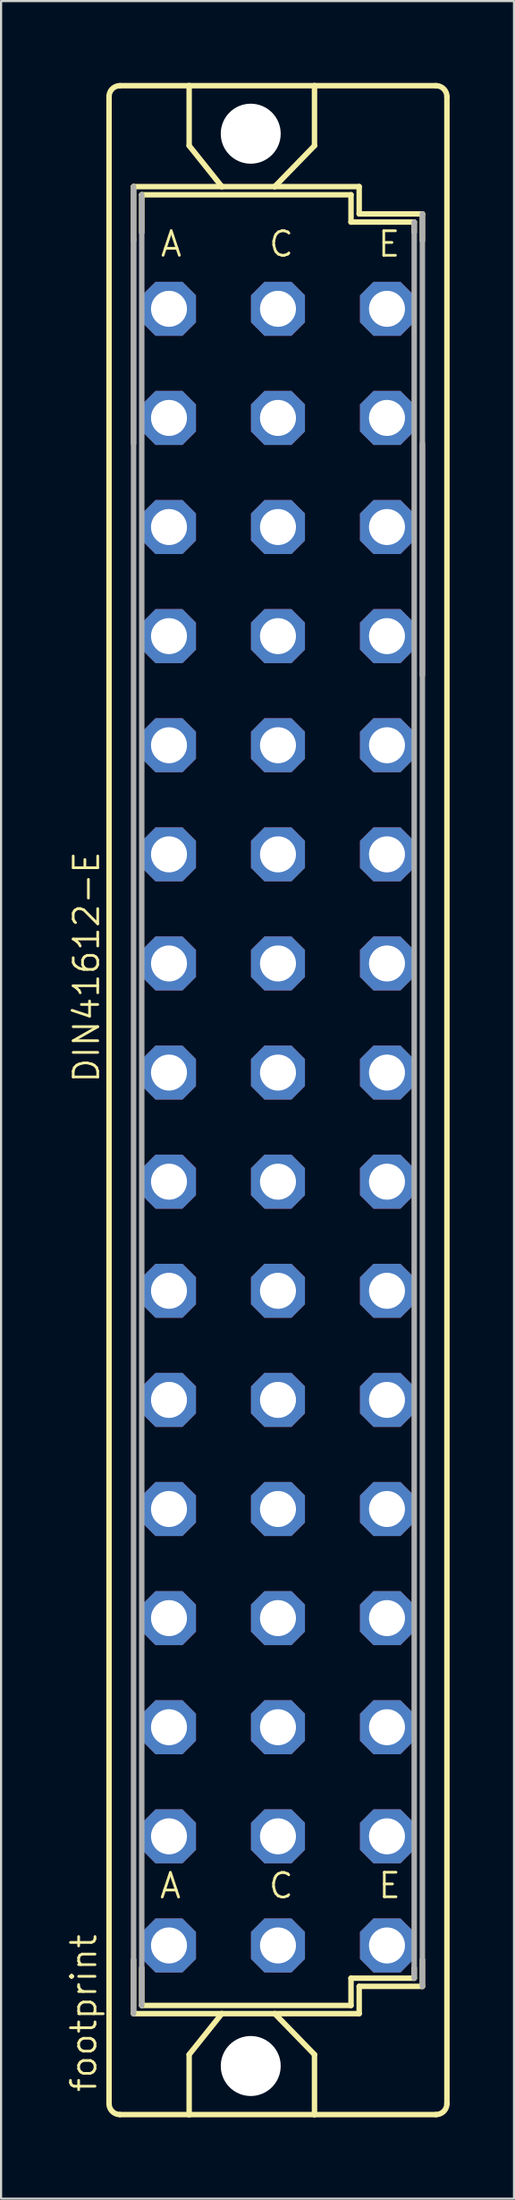
<source format=kicad_pcb>
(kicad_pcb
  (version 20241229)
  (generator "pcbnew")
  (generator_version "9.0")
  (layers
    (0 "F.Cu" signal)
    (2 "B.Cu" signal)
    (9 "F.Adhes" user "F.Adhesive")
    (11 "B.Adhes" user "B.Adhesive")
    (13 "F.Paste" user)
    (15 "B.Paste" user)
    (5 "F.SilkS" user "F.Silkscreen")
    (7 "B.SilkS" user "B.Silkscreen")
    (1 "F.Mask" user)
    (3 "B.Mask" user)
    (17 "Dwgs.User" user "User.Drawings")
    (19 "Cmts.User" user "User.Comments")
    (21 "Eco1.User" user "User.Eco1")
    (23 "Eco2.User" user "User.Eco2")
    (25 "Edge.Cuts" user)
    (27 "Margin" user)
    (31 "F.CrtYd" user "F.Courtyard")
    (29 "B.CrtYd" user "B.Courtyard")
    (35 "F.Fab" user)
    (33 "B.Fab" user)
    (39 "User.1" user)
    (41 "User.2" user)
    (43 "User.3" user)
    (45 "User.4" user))
  (footprint "footprint"
    (layer "F.Cu")
    (at 9.906 48.158)
    (property "Reference" "footprint" (at -8.382 46.279 90) (layer "F.SilkS") (effects (font (size 1.143 1.143) (thickness 0.127)) (justify left bottom)))
    (fp_line (start -7.874 46.736) (end -7.874 -46.711) (stroke (width 0.254) (type solid)) (layer "F.SilkS"))
    (fp_line (start -7.366 -47.219) (end -4.14 -47.219) (stroke (width 0.254) (type solid)) (layer "F.SilkS"))
    (fp_line (start -7.366 47.244) (end -4.14 47.244) (stroke (width 0.254) (type solid)) (layer "F.SilkS"))
    (fp_line (start -6.731 -42.52) (end -6.731 -40.005) (stroke (width 0.254) (type solid)) (layer "F.SilkS"))
    (fp_line (start -6.731 40.03) (end -6.731 42.545) (stroke (width 0.254) (type solid)) (layer "F.SilkS"))
    (fp_line (start -6.731 42.545) (end -2.616 42.545) (stroke (width 0.254) (type solid)) (layer "F.SilkS"))
    (fp_line (start -6.35 -42.139) (end -6.35 -40.386) (stroke (width 0.254) (type solid)) (layer "F.SilkS"))
    (fp_line (start -6.35 -42.139) (end 3.404 -42.139) (stroke (width 0.254) (type solid)) (layer "F.SilkS"))
    (fp_line (start -6.35 40.411) (end -6.35 42.164) (stroke (width 0.254) (type solid)) (layer "F.SilkS"))
    (fp_line (start -6.35 42.164) (end 3.404 42.164) (stroke (width 0.254) (type solid)) (layer "F.SilkS"))
    (fp_line (start -4.14 -47.219) (end -4.14 -44.425) (stroke (width 0.254) (type solid)) (layer "F.SilkS"))
    (fp_line (start -4.14 47.244) (end -4.14 44.45) (stroke (width 0.254) (type solid)) (layer "F.SilkS"))
    (fp_line (start -4.14 47.244) (end 1.702 47.244) (stroke (width 0.254) (type solid)) (layer "F.SilkS"))
    (fp_line (start -2.616 -42.52) (end -6.731 -42.52) (stroke (width 0.254) (type solid)) (layer "F.SilkS"))
    (fp_line (start -2.616 -42.52) (end -4.14 -44.425) (stroke (width 0.254) (type solid)) (layer "F.SilkS"))
    (fp_line (start -2.616 42.545) (end -4.14 44.45) (stroke (width 0.254) (type solid)) (layer "F.SilkS"))
    (fp_line (start -2.616 42.545) (end -0.152 42.545) (stroke (width 0.254) (type solid)) (layer "F.SilkS"))
    (fp_line (start -0.152 -42.52) (end -2.616 -42.52) (stroke (width 0.254) (type solid)) (layer "F.SilkS"))
    (fp_line (start -0.152 -42.52) (end 1.702 -44.425) (stroke (width 0.254) (type solid)) (layer "F.SilkS"))
    (fp_line (start -0.152 42.545) (end 1.702 44.45) (stroke (width 0.254) (type solid)) (layer "F.SilkS"))
    (fp_line (start -0.152 42.545) (end 3.785 42.545) (stroke (width 0.254) (type solid)) (layer "F.SilkS"))
    (fp_line (start 1.702 -47.219) (end -4.14 -47.219) (stroke (width 0.254) (type solid)) (layer "F.SilkS"))
    (fp_line (start 1.702 -47.219) (end 1.702 -44.425) (stroke (width 0.254) (type solid)) (layer "F.SilkS"))
    (fp_line (start 1.702 47.244) (end 1.702 44.45) (stroke (width 0.254) (type solid)) (layer "F.SilkS"))
    (fp_line (start 1.702 47.244) (end 7.366 47.244) (stroke (width 0.254) (type solid)) (layer "F.SilkS"))
    (fp_line (start 3.404 -42.139) (end 3.404 -40.869) (stroke (width 0.254) (type solid)) (layer "F.SilkS"))
    (fp_line (start 3.404 -40.869) (end 6.35 -40.869) (stroke (width 0.254) (type solid)) (layer "F.SilkS"))
    (fp_line (start 3.404 40.894) (end 6.35 40.894) (stroke (width 0.254) (type solid)) (layer "F.SilkS"))
    (fp_line (start 3.404 42.164) (end 3.404 40.894) (stroke (width 0.254) (type solid)) (layer "F.SilkS"))
    (fp_line (start 3.785 -42.52) (end -0.152 -42.52) (stroke (width 0.254) (type solid)) (layer "F.SilkS"))
    (fp_line (start 3.785 -41.25) (end 3.785 -42.52) (stroke (width 0.254) (type solid)) (layer "F.SilkS"))
    (fp_line (start 3.785 41.275) (end 6.731 41.275) (stroke (width 0.254) (type solid)) (layer "F.SilkS"))
    (fp_line (start 3.785 42.545) (end 3.785 41.275) (stroke (width 0.254) (type solid)) (layer "F.SilkS"))
    (fp_line (start 6.35 -40.869) (end 6.35 -40.386) (stroke (width 0.254) (type solid)) (layer "F.SilkS"))
    (fp_line (start 6.35 40.411) (end 6.35 40.894) (stroke (width 0.254) (type solid)) (layer "F.SilkS"))
    (fp_line (start 6.731 -41.25) (end 3.785 -41.25) (stroke (width 0.254) (type solid)) (layer "F.SilkS"))
    (fp_line (start 6.731 -40.005) (end 6.731 -41.25) (stroke (width 0.254) (type solid)) (layer "F.SilkS"))
    (fp_line (start 6.731 41.275) (end 6.731 40.03) (stroke (width 0.254) (type solid)) (layer "F.SilkS"))
    (fp_line (start 7.366 -47.219) (end 1.702 -47.219) (stroke (width 0.254) (type solid)) (layer "F.SilkS"))
    (fp_line (start 7.874 46.736) (end 7.874 -46.711) (stroke (width 0.254) (type solid)) (layer "F.SilkS"))
    (fp_arc (start -7.874 -46.7106) (mid -7.72521 -47.06981) (end -7.366 -47.2186) (stroke (width 0.254) (type solid)) (layer "F.SilkS"))
    (fp_arc (start -7.366 47.244) (mid -7.72521 47.09521) (end -7.874 46.736) (stroke (width 0.254) (type solid)) (layer "F.SilkS"))
    (fp_arc (start 7.366 -47.2186) (mid 7.72521 -47.06981) (end 7.874 -46.7106) (stroke (width 0.254) (type solid)) (layer "F.SilkS"))
    (fp_arc (start 7.874 46.736) (mid 7.72521 47.09521) (end 7.366 47.244) (stroke (width 0.254) (type solid)) (layer "F.SilkS"))
    (fp_line (start -6.731 -42.52) (end -6.731 42.545) (stroke (width 0.254) (type solid)) (layer "F.Fab"))
    (fp_line (start -6.731 -40.081) (end -6.731 -30.556) (stroke (width 0.254) (type solid)) (layer "F.Fab"))
    (fp_line (start -6.35 -42.139) (end -6.35 42.164) (stroke (width 0.254) (type solid)) (layer "F.Fab"))
    (fp_line (start 6.35 -40.869) (end 6.35 40.894) (stroke (width 0.254) (type solid)) (layer "F.Fab"))
    (fp_line (start 6.731 -19.761) (end 6.731 -30.556) (stroke (width 0.254) (type solid)) (layer "F.Fab"))
    (fp_line (start 6.731 41.275) (end 6.731 -41.25) (stroke (width 0.254) (type solid)) (layer "F.Fab"))
    (fp_poly (pts (xy -5.461 -36.195) (xy -4.699 -36.195) (xy -4.699 -37.465) (xy -5.461 -37.465)) (stroke (width 0.1) (type solid)) (fill no) (layer "F.Fab"))
    (fp_poly (pts (xy -5.461 -31.115) (xy -4.699 -31.115) (xy -4.699 -32.385) (xy -5.461 -32.385)) (stroke (width 0.1) (type solid)) (fill no) (layer "F.Fab"))
    (fp_poly (pts (xy -5.461 -26.035) (xy -4.699 -26.035) (xy -4.699 -27.305) (xy -5.461 -27.305)) (stroke (width 0.1) (type solid)) (fill no) (layer "F.Fab"))
    (fp_poly (pts (xy -5.461 -20.955) (xy -4.699 -20.955) (xy -4.699 -22.225) (xy -5.461 -22.225)) (stroke (width 0.1) (type solid)) (fill no) (layer "F.Fab"))
    (fp_poly (pts (xy -5.461 -15.875) (xy -4.699 -15.875) (xy -4.699 -17.145) (xy -5.461 -17.145)) (stroke (width 0.1) (type solid)) (fill no) (layer "F.Fab"))
    (fp_poly (pts (xy -5.461 -10.795) (xy -4.699 -10.795) (xy -4.699 -12.065) (xy -5.461 -12.065)) (stroke (width 0.1) (type solid)) (fill no) (layer "F.Fab"))
    (fp_poly (pts (xy -5.461 -5.715) (xy -4.699 -5.715) (xy -4.699 -6.985) (xy -5.461 -6.985)) (stroke (width 0.1) (type solid)) (fill no) (layer "F.Fab"))
    (fp_poly (pts (xy -5.461 -0.635) (xy -4.699 -0.635) (xy -4.699 -1.905) (xy -5.461 -1.905)) (stroke (width 0.1) (type solid)) (fill no) (layer "F.Fab"))
    (fp_poly (pts (xy -5.461 4.445) (xy -4.699 4.445) (xy -4.699 3.175) (xy -5.461 3.175)) (stroke (width 0.1) (type solid)) (fill no) (layer "F.Fab"))
    (fp_poly (pts (xy -5.461 9.525) (xy -4.699 9.525) (xy -4.699 8.255) (xy -5.461 8.255)) (stroke (width 0.1) (type solid)) (fill no) (layer "F.Fab"))
    (fp_poly (pts (xy -5.461 14.605) (xy -4.699 14.605) (xy -4.699 13.335) (xy -5.461 13.335)) (stroke (width 0.1) (type solid)) (fill no) (layer "F.Fab"))
    (fp_poly (pts (xy -5.461 19.685) (xy -4.699 19.685) (xy -4.699 18.415) (xy -5.461 18.415)) (stroke (width 0.1) (type solid)) (fill no) (layer "F.Fab"))
    (fp_poly (pts (xy -5.461 24.765) (xy -4.699 24.765) (xy -4.699 23.495) (xy -5.461 23.495)) (stroke (width 0.1) (type solid)) (fill no) (layer "F.Fab"))
    (fp_poly (pts (xy -5.461 29.845) (xy -4.699 29.845) (xy -4.699 28.575) (xy -5.461 28.575)) (stroke (width 0.1) (type solid)) (fill no) (layer "F.Fab"))
    (fp_poly (pts (xy -5.461 34.925) (xy -4.699 34.925) (xy -4.699 33.655) (xy -5.461 33.655)) (stroke (width 0.1) (type solid)) (fill no) (layer "F.Fab"))
    (fp_poly (pts (xy -5.461 40.005) (xy -4.699 40.005) (xy -4.699 38.735) (xy -5.461 38.735)) (stroke (width 0.1) (type solid)) (fill no) (layer "F.Fab"))
    (fp_poly (pts (xy -0.381 -36.195) (xy 0.381 -36.195) (xy 0.381 -37.465) (xy -0.381 -37.465)) (stroke (width 0.1) (type solid)) (fill no) (layer "F.Fab"))
    (fp_poly (pts (xy -0.381 -31.115) (xy 0.381 -31.115) (xy 0.381 -32.385) (xy -0.381 -32.385)) (stroke (width 0.1) (type solid)) (fill no) (layer "F.Fab"))
    (fp_poly (pts (xy -0.381 -26.035) (xy 0.381 -26.035) (xy 0.381 -27.305) (xy -0.381 -27.305)) (stroke (width 0.1) (type solid)) (fill no) (layer "F.Fab"))
    (fp_poly (pts (xy -0.381 -20.955) (xy 0.381 -20.955) (xy 0.381 -22.225) (xy -0.381 -22.225)) (stroke (width 0.1) (type solid)) (fill no) (layer "F.Fab"))
    (fp_poly (pts (xy -0.381 -15.875) (xy 0.381 -15.875) (xy 0.381 -17.145) (xy -0.381 -17.145)) (stroke (width 0.1) (type solid)) (fill no) (layer "F.Fab"))
    (fp_poly (pts (xy -0.381 -10.795) (xy 0.381 -10.795) (xy 0.381 -12.065) (xy -0.381 -12.065)) (stroke (width 0.1) (type solid)) (fill no) (layer "F.Fab"))
    (fp_poly (pts (xy -0.381 -5.715) (xy 0.381 -5.715) (xy 0.381 -6.985) (xy -0.381 -6.985)) (stroke (width 0.1) (type solid)) (fill no) (layer "F.Fab"))
    (fp_poly (pts (xy -0.381 -0.635) (xy 0.381 -0.635) (xy 0.381 -1.905) (xy -0.381 -1.905)) (stroke (width 0.1) (type solid)) (fill no) (layer "F.Fab"))
    (fp_poly (pts (xy -0.381 4.445) (xy 0.381 4.445) (xy 0.381 3.175) (xy -0.381 3.175)) (stroke (width 0.1) (type solid)) (fill no) (layer "F.Fab"))
    (fp_poly (pts (xy -0.381 9.525) (xy 0.381 9.525) (xy 0.381 8.255) (xy -0.381 8.255)) (stroke (width 0.1) (type solid)) (fill no) (layer "F.Fab"))
    (fp_poly (pts (xy -0.381 14.605) (xy 0.381 14.605) (xy 0.381 13.335) (xy -0.381 13.335)) (stroke (width 0.1) (type solid)) (fill no) (layer "F.Fab"))
    (fp_poly (pts (xy -0.381 19.685) (xy 0.381 19.685) (xy 0.381 18.415) (xy -0.381 18.415)) (stroke (width 0.1) (type solid)) (fill no) (layer "F.Fab"))
    (fp_poly (pts (xy -0.381 24.765) (xy 0.381 24.765) (xy 0.381 23.495) (xy -0.381 23.495)) (stroke (width 0.1) (type solid)) (fill no) (layer "F.Fab"))
    (fp_poly (pts (xy -0.381 29.845) (xy 0.381 29.845) (xy 0.381 28.575) (xy -0.381 28.575)) (stroke (width 0.1) (type solid)) (fill no) (layer "F.Fab"))
    (fp_poly (pts (xy -0.381 34.925) (xy 0.381 34.925) (xy 0.381 33.655) (xy -0.381 33.655)) (stroke (width 0.1) (type solid)) (fill no) (layer "F.Fab"))
    (fp_poly (pts (xy -0.381 40.005) (xy 0.381 40.005) (xy 0.381 38.735) (xy -0.381 38.735)) (stroke (width 0.1) (type solid)) (fill no) (layer "F.Fab"))
    (fp_poly (pts (xy 4.699 -36.195) (xy 5.461 -36.195) (xy 5.461 -37.465) (xy 4.699 -37.465)) (stroke (width 0.1) (type solid)) (fill no) (layer "F.Fab"))
    (fp_poly (pts (xy 4.699 -31.115) (xy 5.461 -31.115) (xy 5.461 -32.385) (xy 4.699 -32.385)) (stroke (width 0.1) (type solid)) (fill no) (layer "F.Fab"))
    (fp_poly (pts (xy 4.699 -26.035) (xy 5.461 -26.035) (xy 5.461 -27.305) (xy 4.699 -27.305)) (stroke (width 0.1) (type solid)) (fill no) (layer "F.Fab"))
    (fp_poly (pts (xy 4.699 -20.955) (xy 5.461 -20.955) (xy 5.461 -22.225) (xy 4.699 -22.225)) (stroke (width 0.1) (type solid)) (fill no) (layer "F.Fab"))
    (fp_poly (pts (xy 4.699 -15.875) (xy 5.461 -15.875) (xy 5.461 -17.145) (xy 4.699 -17.145)) (stroke (width 0.1) (type solid)) (fill no) (layer "F.Fab"))
    (fp_poly (pts (xy 4.699 -10.795) (xy 5.461 -10.795) (xy 5.461 -12.065) (xy 4.699 -12.065)) (stroke (width 0.1) (type solid)) (fill no) (layer "F.Fab"))
    (fp_poly (pts (xy 4.699 -5.715) (xy 5.461 -5.715) (xy 5.461 -6.985) (xy 4.699 -6.985)) (stroke (width 0.1) (type solid)) (fill no) (layer "F.Fab"))
    (fp_poly (pts (xy 4.699 -0.635) (xy 5.461 -0.635) (xy 5.461 -1.905) (xy 4.699 -1.905)) (stroke (width 0.1) (type solid)) (fill no) (layer "F.Fab"))
    (fp_poly (pts (xy 4.699 4.445) (xy 5.461 4.445) (xy 5.461 3.175) (xy 4.699 3.175)) (stroke (width 0.1) (type solid)) (fill no) (layer "F.Fab"))
    (fp_poly (pts (xy 4.699 9.525) (xy 5.461 9.525) (xy 5.461 8.255) (xy 4.699 8.255)) (stroke (width 0.1) (type solid)) (fill no) (layer "F.Fab"))
    (fp_poly (pts (xy 4.699 14.605) (xy 5.461 14.605) (xy 5.461 13.335) (xy 4.699 13.335)) (stroke (width 0.1) (type solid)) (fill no) (layer "F.Fab"))
    (fp_poly (pts (xy 4.699 19.685) (xy 5.461 19.685) (xy 5.461 18.415) (xy 4.699 18.415)) (stroke (width 0.1) (type solid)) (fill no) (layer "F.Fab"))
    (fp_poly (pts (xy 4.699 24.765) (xy 5.461 24.765) (xy 5.461 23.495) (xy 4.699 23.495)) (stroke (width 0.1) (type solid)) (fill no) (layer "F.Fab"))
    (fp_poly (pts (xy 4.699 29.845) (xy 5.461 29.845) (xy 5.461 28.575) (xy 4.699 28.575)) (stroke (width 0.1) (type solid)) (fill no) (layer "F.Fab"))
    (fp_poly (pts (xy 4.699 34.925) (xy 5.461 34.925) (xy 5.461 33.655) (xy 4.699 33.655)) (stroke (width 0.1) (type solid)) (fill no) (layer "F.Fab"))
    (fp_poly (pts (xy 4.699 40.005) (xy 5.461 40.005) (xy 5.461 38.735) (xy 4.699 38.735)) (stroke (width 0.1) (type solid)) (fill no) (layer "F.Fab"))
    (fp_text user "C" (at -0.508 37.262 0) (layer "F.SilkS") (effects (font (size 1.143 1.143) (thickness 0.127)) (justify left bottom)))
    (fp_text user "C" (at -0.5 -39.175 0) (layer "F.SilkS") (effects (font (size 1.143 1.143) (thickness 0.127)) (justify left bottom)))
    (fp_text user "A" (at -5.55 -39.175 0) (layer "F.SilkS") (effects (font (size 1.143 1.143) (thickness 0.127)) (justify left bottom)))
    (fp_text user "E" (at 4.575 -39.175 0) (layer "F.SilkS") (effects (font (size 1.143 1.143) (thickness 0.127)) (justify left bottom)))
    (fp_text user "DIN41612-E" (at -8.255 -0.711 90) (layer "F.SilkS") (effects (font (size 1.143 1.143) (thickness 0.127)) (justify left bottom)))
    (fp_text user "E" (at 4.6 37.25 0) (layer "F.SilkS") (effects (font (size 1.143 1.143) (thickness 0.127)) (justify left bottom)))
    (fp_text user "A" (at -5.588 37.262 0) (layer "F.SilkS") (effects (font (size 1.143 1.143) (thickness 0.127)) (justify left bottom)))
    (pad "" np_thru_hole circle (at -1.27 -44.983) (size 2.794 2.794) (drill 2.794) (layers "*.Cu" "*.Mask"))
    (pad "" np_thru_hole circle (at -1.27 44.983) (size 2.794 2.794) (drill 2.794) (layers "*.Cu" "*.Mask"))
    (pad "A2" thru_hole roundrect (at -5.08 -36.83) (size 2.515 2.515) (drill 1.676) (layers "*.Cu" "*.Mask") (roundrect_rratio 0.25) (chamfer_ratio 0.25) (chamfer top_left top_right bottom_left bottom_right))
    (pad "A4" thru_hole roundrect (at -5.08 -31.75) (size 2.515 2.515) (drill 1.676) (layers "*.Cu" "*.Mask") (roundrect_rratio 0.25) (chamfer_ratio 0.25) (chamfer top_left top_right bottom_left bottom_right))
    (pad "A6" thru_hole roundrect (at -5.08 -26.67) (size 2.515 2.515) (drill 1.676) (layers "*.Cu" "*.Mask") (roundrect_rratio 0.25) (chamfer_ratio 0.25) (chamfer top_left top_right bottom_left bottom_right))
    (pad "A8" thru_hole roundrect (at -5.08 -21.59) (size 2.515 2.515) (drill 1.676) (layers "*.Cu" "*.Mask") (roundrect_rratio 0.25) (chamfer_ratio 0.25) (chamfer top_left top_right bottom_left bottom_right))
    (pad "A10" thru_hole roundrect (at -5.08 -16.51) (size 2.515 2.515) (drill 1.676) (layers "*.Cu" "*.Mask") (roundrect_rratio 0.25) (chamfer_ratio 0.25) (chamfer top_left top_right bottom_left bottom_right))
    (pad "A12" thru_hole roundrect (at -5.08 -11.43) (size 2.515 2.515) (drill 1.676) (layers "*.Cu" "*.Mask") (roundrect_rratio 0.25) (chamfer_ratio 0.25) (chamfer top_left top_right bottom_left bottom_right))
    (pad "A14" thru_hole roundrect (at -5.08 -6.35) (size 2.515 2.515) (drill 1.676) (layers "*.Cu" "*.Mask") (roundrect_rratio 0.25) (chamfer_ratio 0.25) (chamfer top_left top_right bottom_left bottom_right))
    (pad "A16" thru_hole roundrect (at -5.08 -1.27) (size 2.515 2.515) (drill 1.676) (layers "*.Cu" "*.Mask") (roundrect_rratio 0.25) (chamfer_ratio 0.25) (chamfer top_left top_right bottom_left bottom_right))
    (pad "A18" thru_hole roundrect (at -5.08 3.81) (size 2.515 2.515) (drill 1.676) (layers "*.Cu" "*.Mask") (roundrect_rratio 0.25) (chamfer_ratio 0.25) (chamfer top_left top_right bottom_left bottom_right))
    (pad "A20" thru_hole roundrect (at -5.08 8.89) (size 2.515 2.515) (drill 1.676) (layers "*.Cu" "*.Mask") (roundrect_rratio 0.25) (chamfer_ratio 0.25) (chamfer top_left top_right bottom_left bottom_right))
    (pad "A22" thru_hole roundrect (at -5.08 13.97) (size 2.515 2.515) (drill 1.676) (layers "*.Cu" "*.Mask") (roundrect_rratio 0.25) (chamfer_ratio 0.25) (chamfer top_left top_right bottom_left bottom_right))
    (pad "A24" thru_hole roundrect (at -5.08 19.05) (size 2.515 2.515) (drill 1.676) (layers "*.Cu" "*.Mask") (roundrect_rratio 0.25) (chamfer_ratio 0.25) (chamfer top_left top_right bottom_left bottom_right))
    (pad "A26" thru_hole roundrect (at -5.08 24.13) (size 2.515 2.515) (drill 1.676) (layers "*.Cu" "*.Mask") (roundrect_rratio 0.25) (chamfer_ratio 0.25) (chamfer top_left top_right bottom_left bottom_right))
    (pad "A28" thru_hole roundrect (at -5.08 29.21) (size 2.515 2.515) (drill 1.676) (layers "*.Cu" "*.Mask") (roundrect_rratio 0.25) (chamfer_ratio 0.25) (chamfer top_left top_right bottom_left bottom_right))
    (pad "A30" thru_hole roundrect (at -5.08 34.29) (size 2.515 2.515) (drill 1.676) (layers "*.Cu" "*.Mask") (roundrect_rratio 0.25) (chamfer_ratio 0.25) (chamfer top_left top_right bottom_left bottom_right))
    (pad "A32" thru_hole roundrect (at -5.08 39.37) (size 2.515 2.515) (drill 1.676) (layers "*.Cu" "*.Mask") (roundrect_rratio 0.25) (chamfer_ratio 0.25) (chamfer top_left top_right bottom_left bottom_right))
    (pad "C2" thru_hole roundrect (at 0 -36.83) (size 2.515 2.515) (drill 1.676) (layers "*.Cu" "*.Mask") (roundrect_rratio 0.25) (chamfer_ratio 0.25) (chamfer top_left top_right bottom_left bottom_right))
    (pad "C4" thru_hole roundrect (at 0 -31.75) (size 2.515 2.515) (drill 1.676) (layers "*.Cu" "*.Mask") (roundrect_rratio 0.25) (chamfer_ratio 0.25) (chamfer top_left top_right bottom_left bottom_right))
    (pad "C6" thru_hole roundrect (at 0 -26.67) (size 2.515 2.515) (drill 1.676) (layers "*.Cu" "*.Mask") (roundrect_rratio 0.25) (chamfer_ratio 0.25) (chamfer top_left top_right bottom_left bottom_right))
    (pad "C8" thru_hole roundrect (at 0 -21.59) (size 2.515 2.515) (drill 1.676) (layers "*.Cu" "*.Mask") (roundrect_rratio 0.25) (chamfer_ratio 0.25) (chamfer top_left top_right bottom_left bottom_right))
    (pad "C10" thru_hole roundrect (at 0 -16.51) (size 2.515 2.515) (drill 1.676) (layers "*.Cu" "*.Mask") (roundrect_rratio 0.25) (chamfer_ratio 0.25) (chamfer top_left top_right bottom_left bottom_right))
    (pad "C12" thru_hole roundrect (at 0 -11.43) (size 2.515 2.515) (drill 1.676) (layers "*.Cu" "*.Mask") (roundrect_rratio 0.25) (chamfer_ratio 0.25) (chamfer top_left top_right bottom_left bottom_right))
    (pad "C14" thru_hole roundrect (at 0 -6.35) (size 2.515 2.515) (drill 1.676) (layers "*.Cu" "*.Mask") (roundrect_rratio 0.25) (chamfer_ratio 0.25) (chamfer top_left top_right bottom_left bottom_right))
    (pad "C16" thru_hole roundrect (at 0 -1.27) (size 2.515 2.515) (drill 1.676) (layers "*.Cu" "*.Mask") (roundrect_rratio 0.25) (chamfer_ratio 0.25) (chamfer top_left top_right bottom_left bottom_right))
    (pad "C18" thru_hole roundrect (at 0 3.81) (size 2.515 2.515) (drill 1.676) (layers "*.Cu" "*.Mask") (roundrect_rratio 0.25) (chamfer_ratio 0.25) (chamfer top_left top_right bottom_left bottom_right))
    (pad "C20" thru_hole roundrect (at 0 8.89) (size 2.515 2.515) (drill 1.676) (layers "*.Cu" "*.Mask") (roundrect_rratio 0.25) (chamfer_ratio 0.25) (chamfer top_left top_right bottom_left bottom_right))
    (pad "C22" thru_hole roundrect (at 0 13.97) (size 2.515 2.515) (drill 1.676) (layers "*.Cu" "*.Mask") (roundrect_rratio 0.25) (chamfer_ratio 0.25) (chamfer top_left top_right bottom_left bottom_right))
    (pad "C24" thru_hole roundrect (at 0 19.05) (size 2.515 2.515) (drill 1.676) (layers "*.Cu" "*.Mask") (roundrect_rratio 0.25) (chamfer_ratio 0.25) (chamfer top_left top_right bottom_left bottom_right))
    (pad "C26" thru_hole roundrect (at 0 24.13) (size 2.515 2.515) (drill 1.676) (layers "*.Cu" "*.Mask") (roundrect_rratio 0.25) (chamfer_ratio 0.25) (chamfer top_left top_right bottom_left bottom_right))
    (pad "C28" thru_hole roundrect (at 0 29.21) (size 2.515 2.515) (drill 1.676) (layers "*.Cu" "*.Mask") (roundrect_rratio 0.25) (chamfer_ratio 0.25) (chamfer top_left top_right bottom_left bottom_right))
    (pad "C30" thru_hole roundrect (at 0 34.29) (size 2.515 2.515) (drill 1.676) (layers "*.Cu" "*.Mask") (roundrect_rratio 0.25) (chamfer_ratio 0.25) (chamfer top_left top_right bottom_left bottom_right))
    (pad "C32" thru_hole roundrect (at 0 39.37) (size 2.515 2.515) (drill 1.676) (layers "*.Cu" "*.Mask") (roundrect_rratio 0.25) (chamfer_ratio 0.25) (chamfer top_left top_right bottom_left bottom_right))
    (pad "E2" thru_hole roundrect (at 5.08 -36.83) (size 2.515 2.515) (drill 1.676) (layers "*.Cu" "*.Mask") (roundrect_rratio 0.25) (chamfer_ratio 0.25) (chamfer top_left top_right bottom_left bottom_right))
    (pad "E4" thru_hole roundrect (at 5.08 -31.75) (size 2.515 2.515) (drill 1.676) (layers "*.Cu" "*.Mask") (roundrect_rratio 0.25) (chamfer_ratio 0.25) (chamfer top_left top_right bottom_left bottom_right))
    (pad "E6" thru_hole roundrect (at 5.08 -26.67) (size 2.515 2.515) (drill 1.676) (layers "*.Cu" "*.Mask") (roundrect_rratio 0.25) (chamfer_ratio 0.25) (chamfer top_left top_right bottom_left bottom_right))
    (pad "E8" thru_hole roundrect (at 5.08 -21.59) (size 2.515 2.515) (drill 1.676) (layers "*.Cu" "*.Mask") (roundrect_rratio 0.25) (chamfer_ratio 0.25) (chamfer top_left top_right bottom_left bottom_right))
    (pad "E10" thru_hole roundrect (at 5.08 -16.51) (size 2.515 2.515) (drill 1.676) (layers "*.Cu" "*.Mask") (roundrect_rratio 0.25) (chamfer_ratio 0.25) (chamfer top_left top_right bottom_left bottom_right))
    (pad "E12" thru_hole roundrect (at 5.08 -11.43) (size 2.515 2.515) (drill 1.676) (layers "*.Cu" "*.Mask") (roundrect_rratio 0.25) (chamfer_ratio 0.25) (chamfer top_left top_right bottom_left bottom_right))
    (pad "E14" thru_hole roundrect (at 5.08 -6.35) (size 2.515 2.515) (drill 1.676) (layers "*.Cu" "*.Mask") (roundrect_rratio 0.25) (chamfer_ratio 0.25) (chamfer top_left top_right bottom_left bottom_right))
    (pad "E16" thru_hole roundrect (at 5.08 -1.27) (size 2.515 2.515) (drill 1.676) (layers "*.Cu" "*.Mask") (roundrect_rratio 0.25) (chamfer_ratio 0.25) (chamfer top_left top_right bottom_left bottom_right))
    (pad "E18" thru_hole roundrect (at 5.08 3.81) (size 2.515 2.515) (drill 1.676) (layers "*.Cu" "*.Mask") (roundrect_rratio 0.25) (chamfer_ratio 0.25) (chamfer top_left top_right bottom_left bottom_right))
    (pad "E20" thru_hole roundrect (at 5.08 8.89) (size 2.515 2.515) (drill 1.676) (layers "*.Cu" "*.Mask") (roundrect_rratio 0.25) (chamfer_ratio 0.25) (chamfer top_left top_right bottom_left bottom_right))
    (pad "E22" thru_hole roundrect (at 5.08 13.97) (size 2.515 2.515) (drill 1.676) (layers "*.Cu" "*.Mask") (roundrect_rratio 0.25) (chamfer_ratio 0.25) (chamfer top_left top_right bottom_left bottom_right))
    (pad "E24" thru_hole roundrect (at 5.08 19.05) (size 2.515 2.515) (drill 1.676) (layers "*.Cu" "*.Mask") (roundrect_rratio 0.25) (chamfer_ratio 0.25) (chamfer top_left top_right bottom_left bottom_right))
    (pad "E26" thru_hole roundrect (at 5.08 24.13) (size 2.515 2.515) (drill 1.676) (layers "*.Cu" "*.Mask") (roundrect_rratio 0.25) (chamfer_ratio 0.25) (chamfer top_left top_right bottom_left bottom_right))
    (pad "E28" thru_hole roundrect (at 5.08 29.21) (size 2.515 2.515) (drill 1.676) (layers "*.Cu" "*.Mask") (roundrect_rratio 0.25) (chamfer_ratio 0.25) (chamfer top_left top_right bottom_left bottom_right))
    (pad "E30" thru_hole roundrect (at 5.08 34.29) (size 2.515 2.515) (drill 1.676) (layers "*.Cu" "*.Mask") (roundrect_rratio 0.25) (chamfer_ratio 0.25) (chamfer top_left top_right bottom_left bottom_right))
    (pad "E32" thru_hole roundrect (at 5.08 39.37) (size 2.515 2.515) (drill 1.676) (layers "*.Cu" "*.Mask") (roundrect_rratio 0.25) (chamfer_ratio 0.25) (chamfer top_left top_right bottom_left bottom_right))
    (zone (net_name "") (layers "F.Cu" "B.Cu") (hatch edge 0.508) (connect_pads) (min_thickness 0.254) (filled_areas_thickness no) (keepout (tracks allowed) (vias not_allowed) (pads allowed) (copperpour allowed) (footprints allowed)) (placement (enabled no)) (fill) (polygon (pts (xy 11.811 3.175) (xy 11.763 2.624) (xy 11.62 2.089) (xy 11.386 1.587) (xy 11.068 1.134) (xy 10.677 0.743) (xy 10.223 0.425) (xy 9.722 0.191) (xy 9.187 0.048) (xy 8.636 0) (xy 8.085 0.048) (xy 7.55 0.191) (xy 7.048 0.425) (xy 6.595 0.743) (xy 6.204 1.134) (xy 5.886 1.587) (xy 5.652 2.089) (xy 5.509 2.624) (xy 5.461 3.175) (xy 5.509 3.726) (xy 5.652 4.261) (xy 5.886 4.763) (xy 6.204 5.216) (xy 6.595 5.607) (xy 7.048 5.925) (xy 7.55 6.159) (xy 8.085 6.302) (xy 8.636 6.35) (xy 9.187 6.302) (xy 9.722 6.159) (xy 10.223 5.925) (xy 10.677 5.607) (xy 11.068 5.216) (xy 11.386 4.763) (xy 11.62 4.261) (xy 11.763 3.726))) (polygon (pts (xy 10.033 3.175) (xy 10.012 2.932) (xy 9.949 2.697) (xy 9.846 2.477) (xy 9.706 2.277) (xy 9.534 2.105) (xy 9.335 1.965) (xy 9.114 1.862) (xy 8.879 1.799) (xy 8.636 1.778) (xy 8.393 1.799) (xy 8.158 1.862) (xy 7.938 1.965) (xy 7.738 2.105) (xy 7.566 2.277) (xy 7.426 2.477) (xy 7.323 2.697) (xy 7.26 2.932) (xy 7.239 3.175) (xy 7.26 3.418) (xy 7.323 3.653) (xy 7.426 3.873) (xy 7.566 4.073) (xy 7.738 4.245) (xy 7.938 4.385) (xy 8.158 4.488) (xy 8.393 4.551) (xy 8.636 4.572) (xy 8.879 4.551) (xy 9.114 4.488) (xy 9.335 4.385) (xy 9.534 4.245) (xy 9.706 4.073) (xy 9.846 3.873) (xy 9.949 3.653) (xy 10.012 3.418))))
    (zone (net_name "") (layers "F.Cu" "B.Cu") (hatch edge 0.508) (connect_pads) (min_thickness 0.254) (filled_areas_thickness no) (keepout (tracks allowed) (vias not_allowed) (pads allowed) (copperpour allowed) (footprints allowed)) (placement (enabled no)) (fill) (polygon (pts (xy 11.811 93.142) (xy 11.763 92.59) (xy 11.62 92.056) (xy 11.386 91.554) (xy 11.068 91.101) (xy 10.677 90.71) (xy 10.223 90.392) (xy 9.722 90.158) (xy 9.187 90.015) (xy 8.636 89.967) (xy 8.085 90.015) (xy 7.55 90.158) (xy 7.048 90.392) (xy 6.595 90.71) (xy 6.204 91.101) (xy 5.886 91.554) (xy 5.652 92.056) (xy 5.509 92.59) (xy 5.461 93.142) (xy 5.509 93.693) (xy 5.652 94.228) (xy 5.886 94.729) (xy 6.204 95.183) (xy 6.595 95.574) (xy 7.048 95.891) (xy 7.55 96.125) (xy 8.085 96.269) (xy 8.636 96.317) (xy 9.187 96.269) (xy 9.722 96.125) (xy 10.223 95.891) (xy 10.677 95.574) (xy 11.068 95.183) (xy 11.386 94.729) (xy 11.62 94.228) (xy 11.763 93.693))) (polygon (pts (xy 10.033 93.142) (xy 10.012 92.899) (xy 9.949 92.664) (xy 9.846 92.443) (xy 9.706 92.244) (xy 9.534 92.072) (xy 9.335 91.932) (xy 9.114 91.829) (xy 8.879 91.766) (xy 8.636 91.745) (xy 8.393 91.766) (xy 8.158 91.829) (xy 7.938 91.932) (xy 7.738 92.072) (xy 7.566 92.244) (xy 7.426 92.443) (xy 7.323 92.664) (xy 7.26 92.899) (xy 7.239 93.142) (xy 7.26 93.384) (xy 7.323 93.62) (xy 7.426 93.84) (xy 7.566 94.04) (xy 7.738 94.212) (xy 7.938 94.352) (xy 8.158 94.455) (xy 8.393 94.518) (xy 8.636 94.539) (xy 8.879 94.518) (xy 9.114 94.455) (xy 9.335 94.352) (xy 9.534 94.212) (xy 9.706 94.04) (xy 9.846 93.84) (xy 9.949 93.62) (xy 10.012 93.384))))
    (zone (net_name "") (layer "B.Cu") (hatch edge 0.508) (connect_pads) (min_thickness 0.254) (filled_areas_thickness no) (keepout (tracks not_allowed) (vias not_allowed) (pads not_allowed) (copperpour not_allowed) (footprints allowed)) (placement (enabled no)) (fill) (polygon (pts (xy 11.811 3.175) (xy 11.763 2.624) (xy 11.62 2.089) (xy 11.386 1.587) (xy 11.068 1.134) (xy 10.677 0.743) (xy 10.223 0.425) (xy 9.722 0.191) (xy 9.187 0.048) (xy 8.636 0) (xy 8.085 0.048) (xy 7.55 0.191) (xy 7.048 0.425) (xy 6.595 0.743) (xy 6.204 1.134) (xy 5.886 1.587) (xy 5.652 2.089) (xy 5.509 2.624) (xy 5.461 3.175) (xy 5.509 3.726) (xy 5.652 4.261) (xy 5.886 4.763) (xy 6.204 5.216) (xy 6.595 5.607) (xy 7.048 5.925) (xy 7.55 6.159) (xy 8.085 6.302) (xy 8.636 6.35) (xy 9.187 6.302) (xy 9.722 6.159) (xy 10.223 5.925) (xy 10.677 5.607) (xy 11.068 5.216) (xy 11.386 4.763) (xy 11.62 4.261) (xy 11.763 3.726))) (polygon (pts (xy 10.033 3.175) (xy 10.012 2.932) (xy 9.949 2.697) (xy 9.846 2.477) (xy 9.706 2.277) (xy 9.534 2.105) (xy 9.335 1.965) (xy 9.114 1.862) (xy 8.879 1.799) (xy 8.636 1.778) (xy 8.393 1.799) (xy 8.158 1.862) (xy 7.938 1.965) (xy 7.738 2.105) (xy 7.566 2.277) (xy 7.426 2.477) (xy 7.323 2.697) (xy 7.26 2.932) (xy 7.239 3.175) (xy 7.26 3.418) (xy 7.323 3.653) (xy 7.426 3.873) (xy 7.566 4.073) (xy 7.738 4.245) (xy 7.938 4.385) (xy 8.158 4.488) (xy 8.393 4.551) (xy 8.636 4.572) (xy 8.879 4.551) (xy 9.114 4.488) (xy 9.335 4.385) (xy 9.534 4.245) (xy 9.706 4.073) (xy 9.846 3.873) (xy 9.949 3.653) (xy 10.012 3.418))))
    (zone (net_name "") (layer "B.Cu") (hatch edge 0.508) (connect_pads) (min_thickness 0.254) (filled_areas_thickness no) (keepout (tracks not_allowed) (vias not_allowed) (pads not_allowed) (copperpour not_allowed) (footprints allowed)) (placement (enabled no)) (fill) (polygon (pts (xy 11.811 93.142) (xy 11.763 92.59) (xy 11.62 92.056) (xy 11.386 91.554) (xy 11.068 91.101) (xy 10.677 90.71) (xy 10.223 90.392) (xy 9.722 90.158) (xy 9.187 90.015) (xy 8.636 89.967) (xy 8.085 90.015) (xy 7.55 90.158) (xy 7.048 90.392) (xy 6.595 90.71) (xy 6.204 91.101) (xy 5.886 91.554) (xy 5.652 92.056) (xy 5.509 92.59) (xy 5.461 93.142) (xy 5.509 93.693) (xy 5.652 94.228) (xy 5.886 94.729) (xy 6.204 95.183) (xy 6.595 95.574) (xy 7.048 95.891) (xy 7.55 96.125) (xy 8.085 96.269) (xy 8.636 96.317) (xy 9.187 96.269) (xy 9.722 96.125) (xy 10.223 95.891) (xy 10.677 95.574) (xy 11.068 95.183) (xy 11.386 94.729) (xy 11.62 94.228) (xy 11.763 93.693))) (polygon (pts (xy 10.033 93.142) (xy 10.012 92.899) (xy 9.949 92.664) (xy 9.846 92.443) (xy 9.706 92.244) (xy 9.534 92.072) (xy 9.335 91.932) (xy 9.114 91.829) (xy 8.879 91.766) (xy 8.636 91.745) (xy 8.393 91.766) (xy 8.158 91.829) (xy 7.938 91.932) (xy 7.738 92.072) (xy 7.566 92.244) (xy 7.426 92.443) (xy 7.323 92.664) (xy 7.26 92.899) (xy 7.239 93.142) (xy 7.26 93.384) (xy 7.323 93.62) (xy 7.426 93.84) (xy 7.566 94.04) (xy 7.738 94.212) (xy 7.938 94.352) (xy 8.158 94.455) (xy 8.393 94.518) (xy 8.636 94.539) (xy 8.879 94.518) (xy 9.114 94.455) (xy 9.335 94.352) (xy 9.534 94.212) (xy 9.706 94.04) (xy 9.846 93.84) (xy 9.949 93.62) (xy 10.012 93.384)))))
  (gr_rect
    (start -3 -3)
    (end 20.907 99.317)
    (stroke (width 0.1) (type default))
    (fill no)
    (layer "Edge.Cuts")))
</source>
